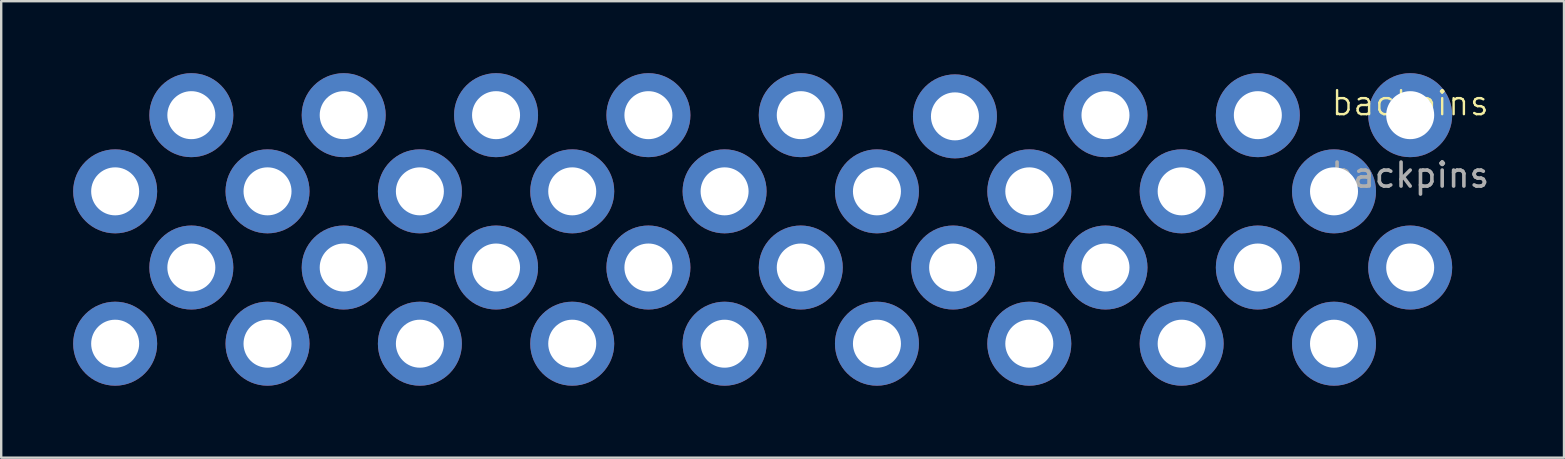
<source format=kicad_pcb>
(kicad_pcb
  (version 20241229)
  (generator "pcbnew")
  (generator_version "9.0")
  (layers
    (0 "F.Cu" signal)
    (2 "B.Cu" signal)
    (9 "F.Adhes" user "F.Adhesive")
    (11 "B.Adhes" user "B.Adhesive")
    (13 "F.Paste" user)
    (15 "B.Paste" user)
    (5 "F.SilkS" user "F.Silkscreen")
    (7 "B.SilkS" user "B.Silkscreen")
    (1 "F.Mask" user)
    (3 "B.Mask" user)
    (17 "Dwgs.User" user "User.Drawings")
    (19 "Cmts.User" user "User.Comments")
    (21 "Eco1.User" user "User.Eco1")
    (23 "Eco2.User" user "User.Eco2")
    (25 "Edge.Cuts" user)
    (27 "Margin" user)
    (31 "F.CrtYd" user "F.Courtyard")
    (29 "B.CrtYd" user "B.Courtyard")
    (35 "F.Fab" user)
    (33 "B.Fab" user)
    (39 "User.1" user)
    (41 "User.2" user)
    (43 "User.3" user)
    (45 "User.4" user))
  (footprint "backpins"
    (layer "F.Cu")
    (at 55.725 1.75)
    (property "Reference" "backpins" (at 0 -0.5 0) (unlocked yes) (layer "F.SilkS") (effects (font (size 1 1) (thickness 0.1))))
    (attr through_hole)
    (fp_text user "${REFERENCE}" (at 0 2.5 0) (unlocked yes) (layer "F.Fab") (effects (font (size 1 1) (thickness 0.15))))
    (pad "A1" thru_hole circle (at 0 0) (size 3.5 3.5) (drill 2) (layers "*.Cu" "*.Mask"))
    (pad "A2" thru_hole circle (at 0 6.35) (size 3.5 3.5) (drill 2) (layers "*.Cu" "*.Mask"))
    (pad "B1" thru_hole circle (at -3.175 3.175) (size 3.5 3.5) (drill 2) (layers "*.Cu" "*.Mask"))
    (pad "B2" thru_hole circle (at -3.175 9.525) (size 3.5 3.5) (drill 2) (layers "*.Cu" "*.Mask"))
    (pad "C1" thru_hole circle (at -6.35 0) (size 3.5 3.5) (drill 2) (layers "*.Cu" "*.Mask"))
    (pad "C2" thru_hole circle (at -6.35 6.35) (size 3.5 3.5) (drill 2) (layers "*.Cu" "*.Mask"))
    (pad "D1" thru_hole circle (at -9.525 3.175) (size 3.5 3.5) (drill 2) (layers "*.Cu" "*.Mask"))
    (pad "D2" thru_hole circle (at -9.525 9.525) (size 3.5 3.5) (drill 2) (layers "*.Cu" "*.Mask"))
    (pad "E1" thru_hole circle (at -12.7 0) (size 3.5 3.5) (drill 2) (layers "*.Cu" "*.Mask"))
    (pad "E2" thru_hole circle (at -12.7 6.35) (size 3.5 3.5) (drill 2) (layers "*.Cu" "*.Mask"))
    (pad "F1" thru_hole circle (at -15.875 3.175) (size 3.5 3.5) (drill 2) (layers "*.Cu" "*.Mask"))
    (pad "F2" thru_hole circle (at -15.875 9.525) (size 3.5 3.5) (drill 2) (layers "*.Cu" "*.Mask"))
    (pad "H1" thru_hole circle (at -18.974 0.05) (size 3.5 3.5) (drill 2) (layers "*.Cu" "*.Mask"))
    (pad "H2" thru_hole circle (at -19.05 6.35) (size 3.5 3.5) (drill 2) (layers "*.Cu" "*.Mask"))
    (pad "J1" thru_hole circle (at -22.225 3.175) (size 3.5 3.5) (drill 2) (layers "*.Cu" "*.Mask"))
    (pad "J2" thru_hole circle (at -22.225 9.525) (size 3.5 3.5) (drill 2) (layers "*.Cu" "*.Mask"))
    (pad "K1" thru_hole circle (at -25.4 0) (size 3.5 3.5) (drill 2) (layers "*.Cu" "*.Mask"))
    (pad "K2" thru_hole circle (at -25.4 6.35) (size 3.5 3.5) (drill 2) (layers "*.Cu" "*.Mask"))
    (pad "L1" thru_hole circle (at -28.575 3.175) (size 3.5 3.5) (drill 2) (layers "*.Cu" "*.Mask"))
    (pad "L2" thru_hole circle (at -28.575 9.525) (size 3.5 3.5) (drill 2) (layers "*.Cu" "*.Mask"))
    (pad "M1" thru_hole circle (at -31.75 0) (size 3.5 3.5) (drill 2) (layers "*.Cu" "*.Mask"))
    (pad "M2" thru_hole circle (at -31.75 6.35) (size 3.5 3.5) (drill 2) (layers "*.Cu" "*.Mask"))
    (pad "N1" thru_hole circle (at -34.925 3.175) (size 3.5 3.5) (drill 2) (layers "*.Cu" "*.Mask"))
    (pad "N2" thru_hole circle (at -34.925 9.525) (size 3.5 3.5) (drill 2) (layers "*.Cu" "*.Mask"))
    (pad "P1" thru_hole circle (at -38.1 0) (size 3.5 3.5) (drill 2) (layers "*.Cu" "*.Mask"))
    (pad "P2" thru_hole circle (at -38.1 6.35) (size 3.5 3.5) (drill 2) (layers "*.Cu" "*.Mask"))
    (pad "R1" thru_hole circle (at -41.275 3.175) (size 3.5 3.5) (drill 2) (layers "*.Cu" "*.Mask"))
    (pad "R2" thru_hole circle (at -41.275 9.525) (size 3.5 3.5) (drill 2) (layers "*.Cu" "*.Mask"))
    (pad "S1" thru_hole circle (at -44.45 0) (size 3.5 3.5) (drill 2) (layers "*.Cu" "*.Mask"))
    (pad "S2" thru_hole circle (at -44.45 6.35) (size 3.5 3.5) (drill 2) (layers "*.Cu" "*.Mask"))
    (pad "T1" thru_hole circle (at -47.625 3.175) (size 3.5 3.5) (drill 2) (layers "*.Cu" "*.Mask"))
    (pad "T2" thru_hole circle (at -47.625 9.525) (size 3.5 3.5) (drill 2) (layers "*.Cu" "*.Mask"))
    (pad "U1" thru_hole circle (at -50.8 0) (size 3.5 3.5) (drill 2) (layers "*.Cu" "*.Mask"))
    (pad "U2" thru_hole circle (at -50.8 6.35) (size 3.5 3.5) (drill 2) (layers "*.Cu" "*.Mask"))
    (pad "V1" thru_hole circle (at -53.975 3.175) (size 3.5 3.5) (drill 2) (layers "*.Cu" "*.Mask"))
    (pad "V2" thru_hole circle (at -53.975 9.525) (size 3.5 3.5) (drill 2) (layers "*.Cu" "*.Mask")))
  (gr_rect
    (start -3 -3)
    (end 62.136 16.025)
    (stroke (width 0.1) (type default))
    (fill no)
    (layer "Edge.Cuts")))
</source>
